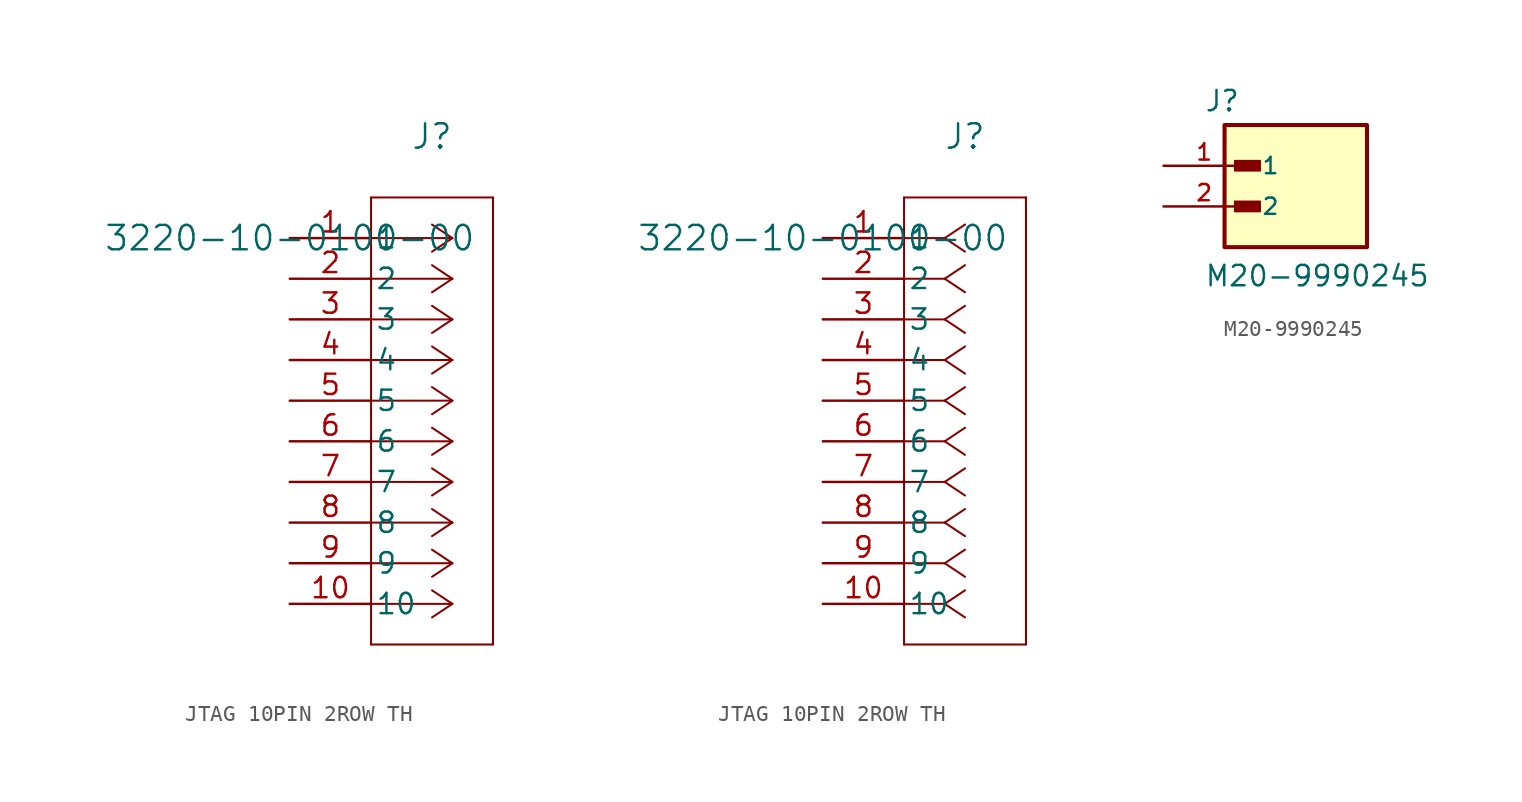
<source format=kicad_sym>
(kicad_symbol_lib
  (version 20241209)
  (generator "kicad_symbol_editor")
  (generator_version "9.0")
  (symbol "JTAG 10PIN 2ROW TH"
    (pin_names
      (offset 0.254))
    (property "Reference" "J"
      (at 8.89 6.35 0)
      (effects (font (size 1.524 1.524))))
    (property "Value" "3220-10-0100-00"
      (at 0 0 0)
      (effects (font (size 1.524 1.524))))
    (symbol "JTAG 10PIN 2ROW TH_1_1"
      (polyline (pts (xy 5.08 2.54) (xy 5.08 -25.4)) (stroke (width 0.127) (type default)) (fill (type none)))
      (polyline (pts (xy 5.08 -25.4) (xy 12.7 -25.4)) (stroke (width 0.127) (type default)) (fill (type none)))
      (polyline (pts (xy 10.16 0) (xy 5.08 0)) (stroke (width 0.127) (type default)) (fill (type none)))
      (polyline (pts (xy 10.16 0) (xy 8.89 0.847)) (stroke (width 0.127) (type default)) (fill (type none)))
      (polyline (pts (xy 10.16 0) (xy 8.89 -0.847)) (stroke (width 0.127) (type default)) (fill (type none)))
      (polyline (pts (xy 10.16 -2.54) (xy 5.08 -2.54)) (stroke (width 0.127) (type default)) (fill (type none)))
      (polyline (pts (xy 10.16 -2.54) (xy 8.89 -1.693)) (stroke (width 0.127) (type default)) (fill (type none)))
      (polyline (pts (xy 10.16 -2.54) (xy 8.89 -3.387)) (stroke (width 0.127) (type default)) (fill (type none)))
      (polyline (pts (xy 10.16 -5.08) (xy 5.08 -5.08)) (stroke (width 0.127) (type default)) (fill (type none)))
      (polyline (pts (xy 10.16 -5.08) (xy 8.89 -4.233)) (stroke (width 0.127) (type default)) (fill (type none)))
      (polyline (pts (xy 10.16 -5.08) (xy 8.89 -5.927)) (stroke (width 0.127) (type default)) (fill (type none)))
      (polyline (pts (xy 10.16 -7.62) (xy 5.08 -7.62)) (stroke (width 0.127) (type default)) (fill (type none)))
      (polyline (pts (xy 10.16 -7.62) (xy 8.89 -6.773)) (stroke (width 0.127) (type default)) (fill (type none)))
      (polyline (pts (xy 10.16 -7.62) (xy 8.89 -8.467)) (stroke (width 0.127) (type default)) (fill (type none)))
      (polyline (pts (xy 10.16 -10.16) (xy 5.08 -10.16)) (stroke (width 0.127) (type default)) (fill (type none)))
      (polyline (pts (xy 10.16 -10.16) (xy 8.89 -9.313)) (stroke (width 0.127) (type default)) (fill (type none)))
      (polyline (pts (xy 10.16 -10.16) (xy 8.89 -11.007)) (stroke (width 0.127) (type default)) (fill (type none)))
      (polyline (pts (xy 10.16 -12.7) (xy 5.08 -12.7)) (stroke (width 0.127) (type default)) (fill (type none)))
      (polyline (pts (xy 10.16 -12.7) (xy 8.89 -11.853)) (stroke (width 0.127) (type default)) (fill (type none)))
      (polyline (pts (xy 10.16 -12.7) (xy 8.89 -13.547)) (stroke (width 0.127) (type default)) (fill (type none)))
      (polyline (pts (xy 10.16 -15.24) (xy 5.08 -15.24)) (stroke (width 0.127) (type default)) (fill (type none)))
      (polyline (pts (xy 10.16 -15.24) (xy 8.89 -14.393)) (stroke (width 0.127) (type default)) (fill (type none)))
      (polyline (pts (xy 10.16 -15.24) (xy 8.89 -16.087)) (stroke (width 0.127) (type default)) (fill (type none)))
      (polyline (pts (xy 10.16 -17.78) (xy 5.08 -17.78)) (stroke (width 0.127) (type default)) (fill (type none)))
      (polyline (pts (xy 10.16 -17.78) (xy 8.89 -16.933)) (stroke (width 0.127) (type default)) (fill (type none)))
      (polyline (pts (xy 10.16 -17.78) (xy 8.89 -18.627)) (stroke (width 0.127) (type default)) (fill (type none)))
      (polyline (pts (xy 10.16 -20.32) (xy 5.08 -20.32)) (stroke (width 0.127) (type default)) (fill (type none)))
      (polyline (pts (xy 10.16 -20.32) (xy 8.89 -19.473)) (stroke (width 0.127) (type default)) (fill (type none)))
      (polyline (pts (xy 10.16 -20.32) (xy 8.89 -21.167)) (stroke (width 0.127) (type default)) (fill (type none)))
      (polyline (pts (xy 10.16 -22.86) (xy 5.08 -22.86)) (stroke (width 0.127) (type default)) (fill (type none)))
      (polyline (pts (xy 10.16 -22.86) (xy 8.89 -22.013)) (stroke (width 0.127) (type default)) (fill (type none)))
      (polyline (pts (xy 10.16 -22.86) (xy 8.89 -23.707)) (stroke (width 0.127) (type default)) (fill (type none)))
      (polyline (pts (xy 12.7 2.54) (xy 5.08 2.54)) (stroke (width 0.127) (type default)) (fill (type none)))
      (polyline (pts (xy 12.7 -25.4) (xy 12.7 2.54)) (stroke (width 0.127) (type default)) (fill (type none)))
      (pin unspecified line (at 0 0 0) (length 5.08) (name "1" (effects (font (size 1.27 1.27)))) (number "1" (effects (font (size 1.27 1.27)))))
      (pin unspecified line (at 0 -2.54 0) (length 5.08) (name "2" (effects (font (size 1.27 1.27)))) (number "2" (effects (font (size 1.27 1.27)))))
      (pin unspecified line (at 0 -5.08 0) (length 5.08) (name "3" (effects (font (size 1.27 1.27)))) (number "3" (effects (font (size 1.27 1.27)))))
      (pin unspecified line (at 0 -7.62 0) (length 5.08) (name "4" (effects (font (size 1.27 1.27)))) (number "4" (effects (font (size 1.27 1.27)))))
      (pin unspecified line (at 0 -10.16 0) (length 5.08) (name "5" (effects (font (size 1.27 1.27)))) (number "5" (effects (font (size 1.27 1.27)))))
      (pin unspecified line (at 0 -12.7 0) (length 5.08) (name "6" (effects (font (size 1.27 1.27)))) (number "6" (effects (font (size 1.27 1.27)))))
      (pin unspecified line (at 0 -15.24 0) (length 5.08) (name "7" (effects (font (size 1.27 1.27)))) (number "7" (effects (font (size 1.27 1.27)))))
      (pin unspecified line (at 0 -17.78 0) (length 5.08) (name "8" (effects (font (size 1.27 1.27)))) (number "8" (effects (font (size 1.27 1.27)))))
      (pin unspecified line (at 0 -20.32 0) (length 5.08) (name "9" (effects (font (size 1.27 1.27)))) (number "9" (effects (font (size 1.27 1.27)))))
      (pin unspecified line (at 0 -22.86 0) (length 5.08) (name "10" (effects (font (size 1.27 1.27)))) (number "10" (effects (font (size 1.27 1.27))))))
    (symbol "JTAG 10PIN 2ROW TH_1_2"
      (polyline (pts (xy 5.08 2.54) (xy 5.08 -25.4)) (stroke (width 0.127) (type default)) (fill (type none)))
      (polyline (pts (xy 5.08 -25.4) (xy 12.7 -25.4)) (stroke (width 0.127) (type default)) (fill (type none)))
      (polyline (pts (xy 7.62 0) (xy 5.08 0)) (stroke (width 0.127) (type default)) (fill (type none)))
      (polyline (pts (xy 7.62 0) (xy 8.89 0.847)) (stroke (width 0.127) (type default)) (fill (type none)))
      (polyline (pts (xy 7.62 0) (xy 8.89 -0.847)) (stroke (width 0.127) (type default)) (fill (type none)))
      (polyline (pts (xy 7.62 -2.54) (xy 5.08 -2.54)) (stroke (width 0.127) (type default)) (fill (type none)))
      (polyline (pts (xy 7.62 -2.54) (xy 8.89 -1.693)) (stroke (width 0.127) (type default)) (fill (type none)))
      (polyline (pts (xy 7.62 -2.54) (xy 8.89 -3.387)) (stroke (width 0.127) (type default)) (fill (type none)))
      (polyline (pts (xy 7.62 -5.08) (xy 5.08 -5.08)) (stroke (width 0.127) (type default)) (fill (type none)))
      (polyline (pts (xy 7.62 -5.08) (xy 8.89 -4.233)) (stroke (width 0.127) (type default)) (fill (type none)))
      (polyline (pts (xy 7.62 -5.08) (xy 8.89 -5.927)) (stroke (width 0.127) (type default)) (fill (type none)))
      (polyline (pts (xy 7.62 -7.62) (xy 5.08 -7.62)) (stroke (width 0.127) (type default)) (fill (type none)))
      (polyline (pts (xy 7.62 -7.62) (xy 8.89 -6.773)) (stroke (width 0.127) (type default)) (fill (type none)))
      (polyline (pts (xy 7.62 -7.62) (xy 8.89 -8.467)) (stroke (width 0.127) (type default)) (fill (type none)))
      (polyline (pts (xy 7.62 -10.16) (xy 5.08 -10.16)) (stroke (width 0.127) (type default)) (fill (type none)))
      (polyline (pts (xy 7.62 -10.16) (xy 8.89 -9.313)) (stroke (width 0.127) (type default)) (fill (type none)))
      (polyline (pts (xy 7.62 -10.16) (xy 8.89 -11.007)) (stroke (width 0.127) (type default)) (fill (type none)))
      (polyline (pts (xy 7.62 -12.7) (xy 5.08 -12.7)) (stroke (width 0.127) (type default)) (fill (type none)))
      (polyline (pts (xy 7.62 -12.7) (xy 8.89 -11.853)) (stroke (width 0.127) (type default)) (fill (type none)))
      (polyline (pts (xy 7.62 -12.7) (xy 8.89 -13.547)) (stroke (width 0.127) (type default)) (fill (type none)))
      (polyline (pts (xy 7.62 -15.24) (xy 5.08 -15.24)) (stroke (width 0.127) (type default)) (fill (type none)))
      (polyline (pts (xy 7.62 -15.24) (xy 8.89 -14.393)) (stroke (width 0.127) (type default)) (fill (type none)))
      (polyline (pts (xy 7.62 -15.24) (xy 8.89 -16.087)) (stroke (width 0.127) (type default)) (fill (type none)))
      (polyline (pts (xy 7.62 -17.78) (xy 5.08 -17.78)) (stroke (width 0.127) (type default)) (fill (type none)))
      (polyline (pts (xy 7.62 -17.78) (xy 8.89 -16.933)) (stroke (width 0.127) (type default)) (fill (type none)))
      (polyline (pts (xy 7.62 -17.78) (xy 8.89 -18.627)) (stroke (width 0.127) (type default)) (fill (type none)))
      (polyline (pts (xy 7.62 -20.32) (xy 5.08 -20.32)) (stroke (width 0.127) (type default)) (fill (type none)))
      (polyline (pts (xy 7.62 -20.32) (xy 8.89 -19.473)) (stroke (width 0.127) (type default)) (fill (type none)))
      (polyline (pts (xy 7.62 -20.32) (xy 8.89 -21.167)) (stroke (width 0.127) (type default)) (fill (type none)))
      (polyline (pts (xy 7.62 -22.86) (xy 5.08 -22.86)) (stroke (width 0.127) (type default)) (fill (type none)))
      (polyline (pts (xy 7.62 -22.86) (xy 8.89 -22.013)) (stroke (width 0.127) (type default)) (fill (type none)))
      (polyline (pts (xy 7.62 -22.86) (xy 8.89 -23.707)) (stroke (width 0.127) (type default)) (fill (type none)))
      (polyline (pts (xy 12.7 2.54) (xy 5.08 2.54)) (stroke (width 0.127) (type default)) (fill (type none)))
      (polyline (pts (xy 12.7 -25.4) (xy 12.7 2.54)) (stroke (width 0.127) (type default)) (fill (type none)))
      (pin unspecified line (at 0 0 0) (length 5.08) (name "1" (effects (font (size 1.27 1.27)))) (number "1" (effects (font (size 1.27 1.27)))))
      (pin unspecified line (at 0 -2.54 0) (length 5.08) (name "2" (effects (font (size 1.27 1.27)))) (number "2" (effects (font (size 1.27 1.27)))))
      (pin unspecified line (at 0 -5.08 0) (length 5.08) (name "3" (effects (font (size 1.27 1.27)))) (number "3" (effects (font (size 1.27 1.27)))))
      (pin unspecified line (at 0 -7.62 0) (length 5.08) (name "4" (effects (font (size 1.27 1.27)))) (number "4" (effects (font (size 1.27 1.27)))))
      (pin unspecified line (at 0 -10.16 0) (length 5.08) (name "5" (effects (font (size 1.27 1.27)))) (number "5" (effects (font (size 1.27 1.27)))))
      (pin unspecified line (at 0 -12.7 0) (length 5.08) (name "6" (effects (font (size 1.27 1.27)))) (number "6" (effects (font (size 1.27 1.27)))))
      (pin unspecified line (at 0 -15.24 0) (length 5.08) (name "7" (effects (font (size 1.27 1.27)))) (number "7" (effects (font (size 1.27 1.27)))))
      (pin unspecified line (at 0 -17.78 0) (length 5.08) (name "8" (effects (font (size 1.27 1.27)))) (number "8" (effects (font (size 1.27 1.27)))))
      (pin unspecified line (at 0 -20.32 0) (length 5.08) (name "9" (effects (font (size 1.27 1.27)))) (number "9" (effects (font (size 1.27 1.27)))))
      (pin unspecified line (at 0 -22.86 0) (length 5.08) (name "10" (effects (font (size 1.27 1.27)))) (number "10" (effects (font (size 1.27 1.27)))))))
  (symbol "M20-9990245"
    (pin_names
      (offset 1.016))
    (property "Reference" "J"
      (at -5.08 5.842 0)
      (effects (font (size 1.27 1.27)) (justify left bottom)))
    (property "Value" "M20-9990245"
      (at -5.08 -5.08 0)
      (effects (font (size 1.27 1.27)) (justify left bottom)))
    (symbol "M20-9990245_0_0"
      (rectangle (start -3.81 -2.54) (end 5.08 5.08) (stroke (width 0.254) (type default)) (fill (type background)))
      (rectangle (start -3.175 2.223) (end -1.587 2.857) (stroke (width 0.1) (type default)) (fill (type outline)))
      (rectangle (start -3.175 -0.318) (end -1.587 0.318) (stroke (width 0.1) (type default)) (fill (type outline)))
      (pin passive line (at -7.62 2.54 0) (length 5.08) (name "1" (effects (font (size 1.016 1.016)))) (number "1" (effects (font (size 1.016 1.016)))))
      (pin passive line (at -7.62 0 0) (length 5.08) (name "2" (effects (font (size 1.016 1.016)))) (number "2" (effects (font (size 1.016 1.016))))))))
</source>
